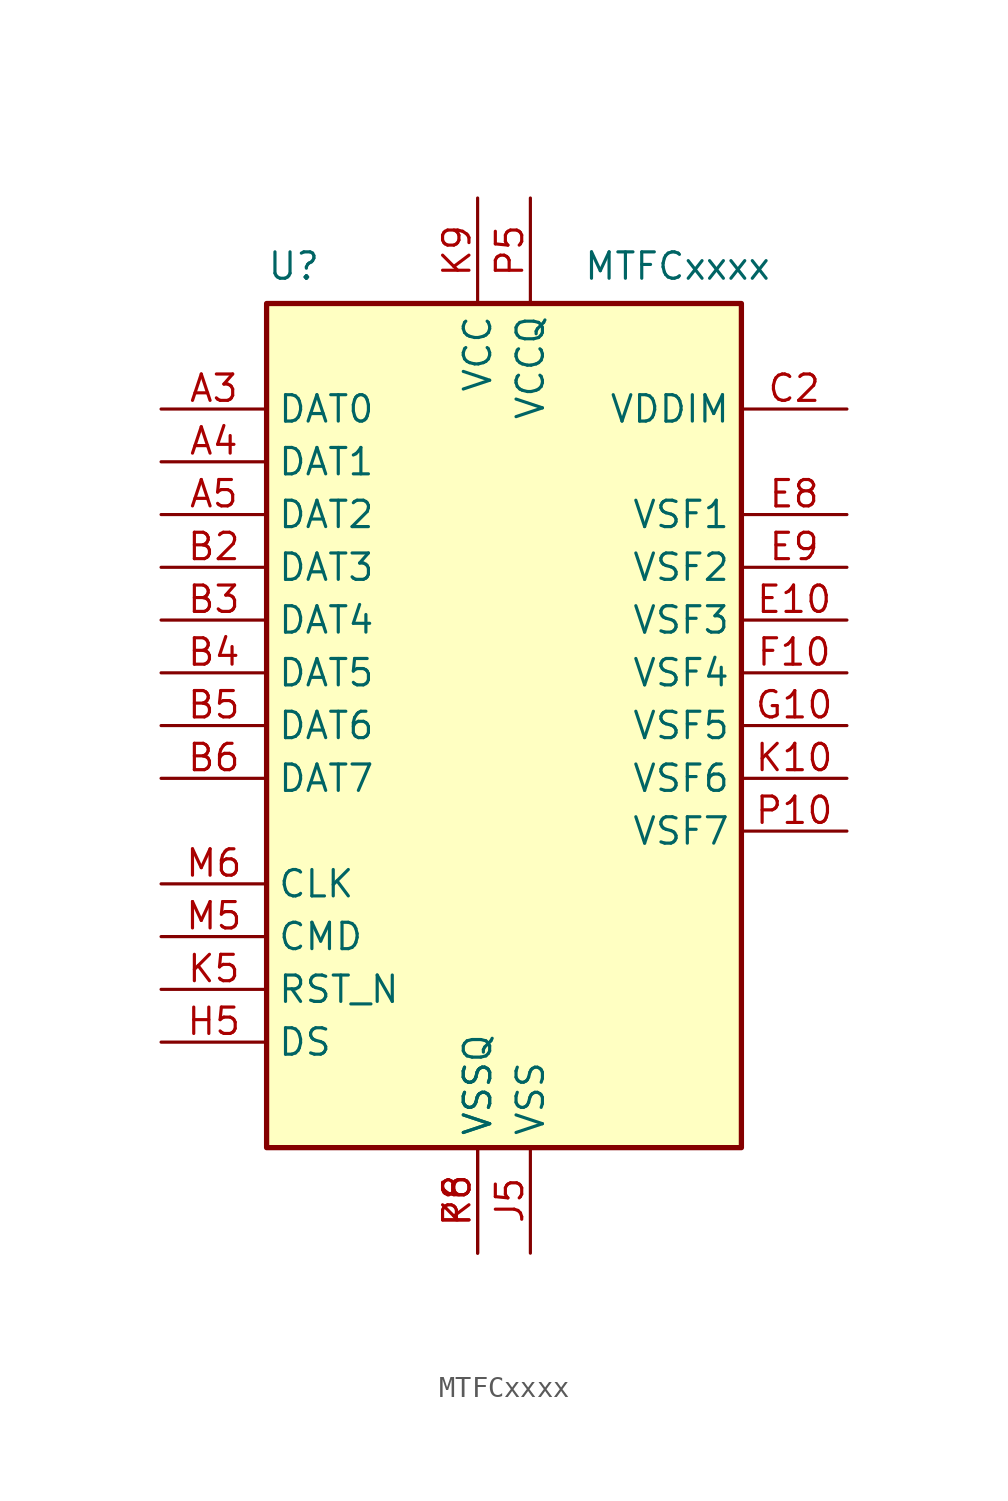
<source format=kicad_sym>
(kicad_symbol_lib
  (version 20220914)
  (generator kicad_symbol_editor)
  (symbol "MTFCxxxx"
    (property "Reference" "U"
      (at -12.7 22.86 0)
      (effects (font (size 1.27 1.27)) (justify left top)))
    (property "Value" "MTFCxxxx"
      (at 2.54 22.86 0)
      (effects (font (size 1.27 1.27)) (justify left top)))
    (symbol "MTFCxxxx_1_1"
      (rectangle (start -12.7 20.32) (end 10.16 -20.32) (stroke (width 0.254) (type default)) (fill (type background)))
      (pin no_connect line (at 15.24 -10.16 180) (length 5.08) hide (name "NC_1" (effects (font (size 1.27 1.27)))) (number "A1" (effects (font (size 1.27 1.27)))))
      (pin no_connect line (at 15.24 -10.16 180) (length 5.08) hide (name "NC_5" (effects (font (size 1.27 1.27)))) (number "A10" (effects (font (size 1.27 1.27)))))
      (pin no_connect line (at 15.24 -10.16 180) (length 5.08) hide (name "NC_6" (effects (font (size 1.27 1.27)))) (number "A11" (effects (font (size 1.27 1.27)))))
      (pin no_connect line (at 15.24 -10.16 180) (length 5.08) hide (name "NC_7" (effects (font (size 1.27 1.27)))) (number "A12" (effects (font (size 1.27 1.27)))))
      (pin no_connect line (at 15.24 -10.16 180) (length 5.08) hide (name "NC_8" (effects (font (size 1.27 1.27)))) (number "A13" (effects (font (size 1.27 1.27)))))
      (pin no_connect line (at 15.24 -10.16 180) (length 5.08) hide (name "NC_9" (effects (font (size 1.27 1.27)))) (number "A14" (effects (font (size 1.27 1.27)))))
      (pin no_connect line (at 15.24 -10.16 180) (length 5.08) hide (name "NC_2" (effects (font (size 1.27 1.27)))) (number "A2" (effects (font (size 1.27 1.27)))))
      (pin bidirectional line (at -17.78 15.24 0) (length 5.08) (name "DAT0" (effects (font (size 1.27 1.27)))) (number "A3" (effects (font (size 1.27 1.27)))))
      (pin bidirectional line (at -17.78 12.7 0) (length 5.08) (name "DAT1" (effects (font (size 1.27 1.27)))) (number "A4" (effects (font (size 1.27 1.27)))))
      (pin bidirectional line (at -17.78 10.16 0) (length 5.08) (name "DAT2" (effects (font (size 1.27 1.27)))) (number "A5" (effects (font (size 1.27 1.27)))))
      (pin power_in line (at 0 -25.4 90) (length 5.08) hide (name "VSS" (effects (font (size 1.27 1.27)))) (number "A6" (effects (font (size 1.27 1.27)))))
      (pin no_connect line (at 15.24 -12.7 180) (length 5.08) hide (name "RFU_1" (effects (font (size 1.27 1.27)))) (number "A7" (effects (font (size 1.27 1.27)))))
      (pin no_connect line (at 15.24 -10.16 180) (length 5.08) hide (name "NC_3" (effects (font (size 1.27 1.27)))) (number "A8" (effects (font (size 1.27 1.27)))))
      (pin no_connect line (at 15.24 -10.16 180) (length 5.08) hide (name "NC_4" (effects (font (size 1.27 1.27)))) (number "A9" (effects (font (size 1.27 1.27)))))
      (pin no_connect line (at 15.24 -10.16 180) (length 5.08) hide (name "NC_10" (effects (font (size 1.27 1.27)))) (number "B1" (effects (font (size 1.27 1.27)))))
      (pin no_connect line (at 15.24 -10.16 180) (length 5.08) hide (name "NC_14" (effects (font (size 1.27 1.27)))) (number "B10" (effects (font (size 1.27 1.27)))))
      (pin no_connect line (at 15.24 -10.16 180) (length 5.08) hide (name "NC_15" (effects (font (size 1.27 1.27)))) (number "B11" (effects (font (size 1.27 1.27)))))
      (pin no_connect line (at 15.24 -10.16 180) (length 5.08) hide (name "NC_16" (effects (font (size 1.27 1.27)))) (number "B12" (effects (font (size 1.27 1.27)))))
      (pin no_connect line (at 15.24 -10.16 180) (length 5.08) hide (name "NC_17" (effects (font (size 1.27 1.27)))) (number "B13" (effects (font (size 1.27 1.27)))))
      (pin no_connect line (at 15.24 -10.16 180) (length 5.08) hide (name "NC_18" (effects (font (size 1.27 1.27)))) (number "B14" (effects (font (size 1.27 1.27)))))
      (pin bidirectional line (at -17.78 7.62 0) (length 5.08) (name "DAT3" (effects (font (size 1.27 1.27)))) (number "B2" (effects (font (size 1.27 1.27)))))
      (pin bidirectional line (at -17.78 5.08 0) (length 5.08) (name "DAT4" (effects (font (size 1.27 1.27)))) (number "B3" (effects (font (size 1.27 1.27)))))
      (pin bidirectional line (at -17.78 2.54 0) (length 5.08) (name "DAT5" (effects (font (size 1.27 1.27)))) (number "B4" (effects (font (size 1.27 1.27)))))
      (pin bidirectional line (at -17.78 0 0) (length 5.08) (name "DAT6" (effects (font (size 1.27 1.27)))) (number "B5" (effects (font (size 1.27 1.27)))))
      (pin bidirectional line (at -17.78 -2.54 0) (length 5.08) (name "DAT7" (effects (font (size 1.27 1.27)))) (number "B6" (effects (font (size 1.27 1.27)))))
      (pin no_connect line (at 15.24 -10.16 180) (length 5.08) hide (name "NC_11" (effects (font (size 1.27 1.27)))) (number "B7" (effects (font (size 1.27 1.27)))))
      (pin no_connect line (at 15.24 -10.16 180) (length 5.08) hide (name "NC_12" (effects (font (size 1.27 1.27)))) (number "B8" (effects (font (size 1.27 1.27)))))
      (pin no_connect line (at 15.24 -10.16 180) (length 5.08) hide (name "NC_13" (effects (font (size 1.27 1.27)))) (number "B9" (effects (font (size 1.27 1.27)))))
      (pin no_connect line (at 15.24 -10.16 180) (length 5.08) hide (name "NC_19" (effects (font (size 1.27 1.27)))) (number "C1" (effects (font (size 1.27 1.27)))))
      (pin no_connect line (at 15.24 -10.16 180) (length 5.08) hide (name "NC_25" (effects (font (size 1.27 1.27)))) (number "C10" (effects (font (size 1.27 1.27)))))
      (pin no_connect line (at 15.24 -10.16 180) (length 5.08) hide (name "NC_26" (effects (font (size 1.27 1.27)))) (number "C11" (effects (font (size 1.27 1.27)))))
      (pin no_connect line (at 15.24 -10.16 180) (length 5.08) hide (name "NC_27" (effects (font (size 1.27 1.27)))) (number "C12" (effects (font (size 1.27 1.27)))))
      (pin no_connect line (at 15.24 -10.16 180) (length 5.08) hide (name "NC_28" (effects (font (size 1.27 1.27)))) (number "C13" (effects (font (size 1.27 1.27)))))
      (pin no_connect line (at 15.24 -10.16 180) (length 5.08) hide (name "NC_29" (effects (font (size 1.27 1.27)))) (number "C14" (effects (font (size 1.27 1.27)))))
      (pin power_in line (at 15.24 15.24 180) (length 5.08) (name "VDDIM" (effects (font (size 1.27 1.27)))) (number "C2" (effects (font (size 1.27 1.27)))))
      (pin no_connect line (at 15.24 -10.16 180) (length 5.08) hide (name "NC_20" (effects (font (size 1.27 1.27)))) (number "C3" (effects (font (size 1.27 1.27)))))
      (pin power_in line (at -2.54 -25.4 90) (length 5.08) hide (name "VSSQ" (effects (font (size 1.27 1.27)))) (number "C4" (effects (font (size 1.27 1.27)))))
      (pin no_connect line (at 15.24 -10.16 180) (length 5.08) hide (name "NC_21" (effects (font (size 1.27 1.27)))) (number "C5" (effects (font (size 1.27 1.27)))))
      (pin power_in line (at 0 25.4 270) (length 5.08) hide (name "VCCQ" (effects (font (size 1.27 1.27)))) (number "C6" (effects (font (size 1.27 1.27)))))
      (pin no_connect line (at 15.24 -10.16 180) (length 5.08) hide (name "NC_22" (effects (font (size 1.27 1.27)))) (number "C7" (effects (font (size 1.27 1.27)))))
      (pin no_connect line (at 15.24 -10.16 180) (length 5.08) hide (name "NC_23" (effects (font (size 1.27 1.27)))) (number "C8" (effects (font (size 1.27 1.27)))))
      (pin no_connect line (at 15.24 -10.16 180) (length 5.08) hide (name "NC_24" (effects (font (size 1.27 1.27)))) (number "C9" (effects (font (size 1.27 1.27)))))
      (pin no_connect line (at 15.24 -10.16 180) (length 5.08) hide (name "NC_30" (effects (font (size 1.27 1.27)))) (number "D1" (effects (font (size 1.27 1.27)))))
      (pin no_connect line (at 15.24 -10.16 180) (length 5.08) hide (name "NC_34" (effects (font (size 1.27 1.27)))) (number "D12" (effects (font (size 1.27 1.27)))))
      (pin no_connect line (at 15.24 -10.16 180) (length 5.08) hide (name "NC_35" (effects (font (size 1.27 1.27)))) (number "D13" (effects (font (size 1.27 1.27)))))
      (pin no_connect line (at 15.24 -10.16 180) (length 5.08) hide (name "NC_36" (effects (font (size 1.27 1.27)))) (number "D14" (effects (font (size 1.27 1.27)))))
      (pin no_connect line (at 15.24 -10.16 180) (length 5.08) hide (name "NC_31" (effects (font (size 1.27 1.27)))) (number "D2" (effects (font (size 1.27 1.27)))))
      (pin no_connect line (at 15.24 -10.16 180) (length 5.08) hide (name "NC_32" (effects (font (size 1.27 1.27)))) (number "D3" (effects (font (size 1.27 1.27)))))
      (pin no_connect line (at 15.24 -10.16 180) (length 5.08) hide (name "NC_33" (effects (font (size 1.27 1.27)))) (number "D4" (effects (font (size 1.27 1.27)))))
      (pin no_connect line (at 15.24 -10.16 180) (length 5.08) hide (name "NC_37" (effects (font (size 1.27 1.27)))) (number "E1" (effects (font (size 1.27 1.27)))))
      (pin bidirectional line (at 15.24 5.08 180) (length 5.08) (name "VSF3" (effects (font (size 1.27 1.27)))) (number "E10" (effects (font (size 1.27 1.27)))))
      (pin no_connect line (at 15.24 -10.16 180) (length 5.08) hide (name "NC_40" (effects (font (size 1.27 1.27)))) (number "E12" (effects (font (size 1.27 1.27)))))
      (pin no_connect line (at 15.24 -10.16 180) (length 5.08) hide (name "NC_41" (effects (font (size 1.27 1.27)))) (number "E13" (effects (font (size 1.27 1.27)))))
      (pin no_connect line (at 15.24 -10.16 180) (length 5.08) hide (name "NC_42" (effects (font (size 1.27 1.27)))) (number "E14" (effects (font (size 1.27 1.27)))))
      (pin no_connect line (at 15.24 -10.16 180) (length 5.08) hide (name "NC_38" (effects (font (size 1.27 1.27)))) (number "E2" (effects (font (size 1.27 1.27)))))
      (pin no_connect line (at 15.24 -10.16 180) (length 5.08) hide (name "NC_39" (effects (font (size 1.27 1.27)))) (number "E3" (effects (font (size 1.27 1.27)))))
      (pin no_connect line (at 15.24 -12.7 180) (length 5.08) hide (name "RFU_2" (effects (font (size 1.27 1.27)))) (number "E5" (effects (font (size 1.27 1.27)))))
      (pin power_in line (at -2.54 25.4 270) (length 5.08) hide (name "VCC" (effects (font (size 1.27 1.27)))) (number "E6" (effects (font (size 1.27 1.27)))))
      (pin power_in line (at 0 -25.4 90) (length 5.08) hide (name "VSS" (effects (font (size 1.27 1.27)))) (number "E7" (effects (font (size 1.27 1.27)))))
      (pin bidirectional line (at 15.24 10.16 180) (length 5.08) (name "VSF1" (effects (font (size 1.27 1.27)))) (number "E8" (effects (font (size 1.27 1.27)))))
      (pin bidirectional line (at 15.24 7.62 180) (length 5.08) (name "VSF2" (effects (font (size 1.27 1.27)))) (number "E9" (effects (font (size 1.27 1.27)))))
      (pin no_connect line (at 15.24 -10.16 180) (length 5.08) hide (name "NC_43" (effects (font (size 1.27 1.27)))) (number "F1" (effects (font (size 1.27 1.27)))))
      (pin bidirectional line (at 15.24 2.54 180) (length 5.08) (name "VSF4" (effects (font (size 1.27 1.27)))) (number "F10" (effects (font (size 1.27 1.27)))))
      (pin no_connect line (at 15.24 -10.16 180) (length 5.08) hide (name "NC_46" (effects (font (size 1.27 1.27)))) (number "F12" (effects (font (size 1.27 1.27)))))
      (pin no_connect line (at 15.24 -10.16 180) (length 5.08) hide (name "NC_47" (effects (font (size 1.27 1.27)))) (number "F13" (effects (font (size 1.27 1.27)))))
      (pin no_connect line (at 15.24 -10.16 180) (length 5.08) hide (name "NC_48" (effects (font (size 1.27 1.27)))) (number "F14" (effects (font (size 1.27 1.27)))))
      (pin no_connect line (at 15.24 -10.16 180) (length 5.08) hide (name "NC_44" (effects (font (size 1.27 1.27)))) (number "F2" (effects (font (size 1.27 1.27)))))
      (pin no_connect line (at 15.24 -10.16 180) (length 5.08) hide (name "NC_45" (effects (font (size 1.27 1.27)))) (number "F3" (effects (font (size 1.27 1.27)))))
      (pin power_in line (at -2.54 25.4 270) (length 5.08) hide (name "VCC" (effects (font (size 1.27 1.27)))) (number "F5" (effects (font (size 1.27 1.27)))))
      (pin no_connect line (at 15.24 -10.16 180) (length 5.08) hide (name "NC_49" (effects (font (size 1.27 1.27)))) (number "G1" (effects (font (size 1.27 1.27)))))
      (pin bidirectional line (at 15.24 0 180) (length 5.08) (name "VSF5" (effects (font (size 1.27 1.27)))) (number "G10" (effects (font (size 1.27 1.27)))))
      (pin no_connect line (at 15.24 -10.16 180) (length 5.08) hide (name "NC_52" (effects (font (size 1.27 1.27)))) (number "G12" (effects (font (size 1.27 1.27)))))
      (pin no_connect line (at 15.24 -10.16 180) (length 5.08) hide (name "NC_53" (effects (font (size 1.27 1.27)))) (number "G13" (effects (font (size 1.27 1.27)))))
      (pin no_connect line (at 15.24 -10.16 180) (length 5.08) hide (name "NC_54" (effects (font (size 1.27 1.27)))) (number "G14" (effects (font (size 1.27 1.27)))))
      (pin no_connect line (at 15.24 -10.16 180) (length 5.08) hide (name "NC_50" (effects (font (size 1.27 1.27)))) (number "G2" (effects (font (size 1.27 1.27)))))
      (pin no_connect line (at 15.24 -10.16 180) (length 5.08) hide (name "NC_51" (effects (font (size 1.27 1.27)))) (number "G3" (effects (font (size 1.27 1.27)))))
      (pin power_in line (at 0 -25.4 90) (length 5.08) hide (name "VSS" (effects (font (size 1.27 1.27)))) (number "G5" (effects (font (size 1.27 1.27)))))
      (pin no_connect line (at 15.24 -10.16 180) (length 5.08) hide (name "NC_55" (effects (font (size 1.27 1.27)))) (number "H1" (effects (font (size 1.27 1.27)))))
      (pin power_in line (at 0 -25.4 90) (length 5.08) hide (name "VSS" (effects (font (size 1.27 1.27)))) (number "H10" (effects (font (size 1.27 1.27)))))
      (pin no_connect line (at 15.24 -10.16 180) (length 5.08) hide (name "NC_58" (effects (font (size 1.27 1.27)))) (number "H12" (effects (font (size 1.27 1.27)))))
      (pin no_connect line (at 15.24 -10.16 180) (length 5.08) hide (name "NC_59" (effects (font (size 1.27 1.27)))) (number "H13" (effects (font (size 1.27 1.27)))))
      (pin no_connect line (at 15.24 -10.16 180) (length 5.08) hide (name "NC_60" (effects (font (size 1.27 1.27)))) (number "H14" (effects (font (size 1.27 1.27)))))
      (pin no_connect line (at 15.24 -10.16 180) (length 5.08) hide (name "NC_56" (effects (font (size 1.27 1.27)))) (number "H2" (effects (font (size 1.27 1.27)))))
      (pin no_connect line (at 15.24 -10.16 180) (length 5.08) hide (name "NC_57" (effects (font (size 1.27 1.27)))) (number "H3" (effects (font (size 1.27 1.27)))))
      (pin output line (at -17.78 -15.24 0) (length 5.08) (name "DS" (effects (font (size 1.27 1.27)))) (number "H5" (effects (font (size 1.27 1.27)))))
      (pin no_connect line (at 15.24 -10.16 180) (length 5.08) hide (name "NC_61" (effects (font (size 1.27 1.27)))) (number "J1" (effects (font (size 1.27 1.27)))))
      (pin power_in line (at -2.54 25.4 270) (length 5.08) hide (name "VCC" (effects (font (size 1.27 1.27)))) (number "J10" (effects (font (size 1.27 1.27)))))
      (pin no_connect line (at 15.24 -10.16 180) (length 5.08) hide (name "NC_64" (effects (font (size 1.27 1.27)))) (number "J12" (effects (font (size 1.27 1.27)))))
      (pin no_connect line (at 15.24 -10.16 180) (length 5.08) hide (name "NC_65" (effects (font (size 1.27 1.27)))) (number "J13" (effects (font (size 1.27 1.27)))))
      (pin no_connect line (at 15.24 -10.16 180) (length 5.08) hide (name "NC_66" (effects (font (size 1.27 1.27)))) (number "J14" (effects (font (size 1.27 1.27)))))
      (pin no_connect line (at 15.24 -10.16 180) (length 5.08) hide (name "NC_62" (effects (font (size 1.27 1.27)))) (number "J2" (effects (font (size 1.27 1.27)))))
      (pin no_connect line (at 15.24 -10.16 180) (length 5.08) hide (name "NC_63" (effects (font (size 1.27 1.27)))) (number "J3" (effects (font (size 1.27 1.27)))))
      (pin power_in line (at 0 -25.4 90) (length 5.08) (name "VSS" (effects (font (size 1.27 1.27)))) (number "J5" (effects (font (size 1.27 1.27)))))
      (pin no_connect line (at 15.24 -10.16 180) (length 5.08) hide (name "NC_67" (effects (font (size 1.27 1.27)))) (number "K1" (effects (font (size 1.27 1.27)))))
      (pin bidirectional line (at 15.24 -2.54 180) (length 5.08) (name "VSF6" (effects (font (size 1.27 1.27)))) (number "K10" (effects (font (size 1.27 1.27)))))
      (pin no_connect line (at 15.24 -10.16 180) (length 5.08) hide (name "NC_70" (effects (font (size 1.27 1.27)))) (number "K12" (effects (font (size 1.27 1.27)))))
      (pin no_connect line (at 15.24 -10.16 180) (length 5.08) hide (name "NC_71" (effects (font (size 1.27 1.27)))) (number "K13" (effects (font (size 1.27 1.27)))))
      (pin no_connect line (at 15.24 -10.16 180) (length 5.08) hide (name "NC_72" (effects (font (size 1.27 1.27)))) (number "K14" (effects (font (size 1.27 1.27)))))
      (pin no_connect line (at 15.24 -10.16 180) (length 5.08) hide (name "NC_68" (effects (font (size 1.27 1.27)))) (number "K2" (effects (font (size 1.27 1.27)))))
      (pin no_connect line (at 15.24 -10.16 180) (length 5.08) hide (name "NC_69" (effects (font (size 1.27 1.27)))) (number "K3" (effects (font (size 1.27 1.27)))))
      (pin input line (at -17.78 -12.7 0) (length 5.08) (name "RST_N" (effects (font (size 1.27 1.27)))) (number "K5" (effects (font (size 1.27 1.27)))))
      (pin no_connect line (at 15.24 -12.7 180) (length 5.08) hide (name "RFU_3" (effects (font (size 1.27 1.27)))) (number "K6" (effects (font (size 1.27 1.27)))))
      (pin no_connect line (at 15.24 -12.7 180) (length 5.08) hide (name "RFU_4" (effects (font (size 1.27 1.27)))) (number "K7" (effects (font (size 1.27 1.27)))))
      (pin power_in line (at -2.54 -25.4 90) (length 5.08) (name "VSS" (effects (font (size 1.27 1.27)))) (number "K8" (effects (font (size 1.27 1.27)))))
      (pin power_in line (at -2.54 25.4 270) (length 5.08) (name "VCC" (effects (font (size 1.27 1.27)))) (number "K9" (effects (font (size 1.27 1.27)))))
      (pin no_connect line (at 15.24 -10.16 180) (length 5.08) hide (name "NC_73" (effects (font (size 1.27 1.27)))) (number "L1" (effects (font (size 1.27 1.27)))))
      (pin no_connect line (at 15.24 -10.16 180) (length 5.08) hide (name "NC_76" (effects (font (size 1.27 1.27)))) (number "L12" (effects (font (size 1.27 1.27)))))
      (pin no_connect line (at 15.24 -10.16 180) (length 5.08) hide (name "NC_77" (effects (font (size 1.27 1.27)))) (number "L13" (effects (font (size 1.27 1.27)))))
      (pin no_connect line (at 15.24 -10.16 180) (length 5.08) hide (name "NC_78" (effects (font (size 1.27 1.27)))) (number "L14" (effects (font (size 1.27 1.27)))))
      (pin no_connect line (at 15.24 -10.16 180) (length 5.08) hide (name "NC_74" (effects (font (size 1.27 1.27)))) (number "L2" (effects (font (size 1.27 1.27)))))
      (pin no_connect line (at 15.24 -10.16 180) (length 5.08) hide (name "NC_75" (effects (font (size 1.27 1.27)))) (number "L3" (effects (font (size 1.27 1.27)))))
      (pin no_connect line (at 15.24 -10.16 180) (length 5.08) hide (name "NC_79" (effects (font (size 1.27 1.27)))) (number "M1" (effects (font (size 1.27 1.27)))))
      (pin no_connect line (at 15.24 -10.16 180) (length 5.08) hide (name "NC_85" (effects (font (size 1.27 1.27)))) (number "M10" (effects (font (size 1.27 1.27)))))
      (pin no_connect line (at 15.24 -10.16 180) (length 5.08) hide (name "NC_86" (effects (font (size 1.27 1.27)))) (number "M11" (effects (font (size 1.27 1.27)))))
      (pin no_connect line (at 15.24 -10.16 180) (length 5.08) hide (name "NC_87" (effects (font (size 1.27 1.27)))) (number "M12" (effects (font (size 1.27 1.27)))))
      (pin no_connect line (at 15.24 -10.16 180) (length 5.08) hide (name "NC_88" (effects (font (size 1.27 1.27)))) (number "M13" (effects (font (size 1.27 1.27)))))
      (pin no_connect line (at 15.24 -10.16 180) (length 5.08) hide (name "NC_89" (effects (font (size 1.27 1.27)))) (number "M14" (effects (font (size 1.27 1.27)))))
      (pin no_connect line (at 15.24 -10.16 180) (length 5.08) hide (name "NC_80" (effects (font (size 1.27 1.27)))) (number "M2" (effects (font (size 1.27 1.27)))))
      (pin no_connect line (at 15.24 -10.16 180) (length 5.08) hide (name "NC_81" (effects (font (size 1.27 1.27)))) (number "M3" (effects (font (size 1.27 1.27)))))
      (pin power_in line (at 0 25.4 270) (length 5.08) hide (name "VCCQ" (effects (font (size 1.27 1.27)))) (number "M4" (effects (font (size 1.27 1.27)))))
      (pin bidirectional line (at -17.78 -10.16 0) (length 5.08) (name "CMD" (effects (font (size 1.27 1.27)))) (number "M5" (effects (font (size 1.27 1.27)))))
      (pin input line (at -17.78 -7.62 0) (length 5.08) (name "CLK" (effects (font (size 1.27 1.27)))) (number "M6" (effects (font (size 1.27 1.27)))))
      (pin no_connect line (at 15.24 -10.16 180) (length 5.08) hide (name "NC_82" (effects (font (size 1.27 1.27)))) (number "M7" (effects (font (size 1.27 1.27)))))
      (pin no_connect line (at 15.24 -10.16 180) (length 5.08) hide (name "NC_83" (effects (font (size 1.27 1.27)))) (number "M8" (effects (font (size 1.27 1.27)))))
      (pin no_connect line (at 15.24 -10.16 180) (length 5.08) hide (name "NC_84" (effects (font (size 1.27 1.27)))) (number "M9" (effects (font (size 1.27 1.27)))))
      (pin no_connect line (at 15.24 -10.16 180) (length 5.08) hide (name "NC_90" (effects (font (size 1.27 1.27)))) (number "N1" (effects (font (size 1.27 1.27)))))
      (pin no_connect line (at 15.24 -10.16 180) (length 5.08) hide (name "NC_96" (effects (font (size 1.27 1.27)))) (number "N10" (effects (font (size 1.27 1.27)))))
      (pin no_connect line (at 15.24 -10.16 180) (length 5.08) hide (name "NC_97" (effects (font (size 1.27 1.27)))) (number "N11" (effects (font (size 1.27 1.27)))))
      (pin no_connect line (at 15.24 -10.16 180) (length 5.08) hide (name "NC_98" (effects (font (size 1.27 1.27)))) (number "N12" (effects (font (size 1.27 1.27)))))
      (pin no_connect line (at 15.24 -10.16 180) (length 5.08) hide (name "NC_99" (effects (font (size 1.27 1.27)))) (number "N13" (effects (font (size 1.27 1.27)))))
      (pin no_connect line (at 15.24 -10.16 180) (length 5.08) hide (name "NC_100" (effects (font (size 1.27 1.27)))) (number "N14" (effects (font (size 1.27 1.27)))))
      (pin power_in line (at -2.54 -25.4 90) (length 5.08) hide (name "VSSQ" (effects (font (size 1.27 1.27)))) (number "N2" (effects (font (size 1.27 1.27)))))
      (pin no_connect line (at 15.24 -10.16 180) (length 5.08) hide (name "NC_91" (effects (font (size 1.27 1.27)))) (number "N3" (effects (font (size 1.27 1.27)))))
      (pin power_in line (at 0 25.4 270) (length 5.08) hide (name "VCCQ" (effects (font (size 1.27 1.27)))) (number "N4" (effects (font (size 1.27 1.27)))))
      (pin power_in line (at -2.54 -25.4 90) (length 5.08) hide (name "VSSQ" (effects (font (size 1.27 1.27)))) (number "N5" (effects (font (size 1.27 1.27)))))
      (pin no_connect line (at 15.24 -10.16 180) (length 5.08) hide (name "NC_92" (effects (font (size 1.27 1.27)))) (number "N6" (effects (font (size 1.27 1.27)))))
      (pin no_connect line (at 15.24 -10.16 180) (length 5.08) hide (name "NC_93" (effects (font (size 1.27 1.27)))) (number "N7" (effects (font (size 1.27 1.27)))))
      (pin no_connect line (at 15.24 -10.16 180) (length 5.08) hide (name "NC_94" (effects (font (size 1.27 1.27)))) (number "N8" (effects (font (size 1.27 1.27)))))
      (pin no_connect line (at 15.24 -10.16 180) (length 5.08) hide (name "NC_95" (effects (font (size 1.27 1.27)))) (number "N9" (effects (font (size 1.27 1.27)))))
      (pin no_connect line (at 15.24 -10.16 180) (length 5.08) hide (name "NC_101" (effects (font (size 1.27 1.27)))) (number "P1" (effects (font (size 1.27 1.27)))))
      (pin bidirectional line (at 15.24 -5.08 180) (length 5.08) (name "VSF7" (effects (font (size 1.27 1.27)))) (number "P10" (effects (font (size 1.27 1.27)))))
      (pin no_connect line (at 15.24 -10.16 180) (length 5.08) hide (name "NC_106" (effects (font (size 1.27 1.27)))) (number "P11" (effects (font (size 1.27 1.27)))))
      (pin no_connect line (at 15.24 -10.16 180) (length 5.08) hide (name "NC_107" (effects (font (size 1.27 1.27)))) (number "P12" (effects (font (size 1.27 1.27)))))
      (pin no_connect line (at 15.24 -10.16 180) (length 5.08) hide (name "NC_108" (effects (font (size 1.27 1.27)))) (number "P13" (effects (font (size 1.27 1.27)))))
      (pin no_connect line (at 15.24 -10.16 180) (length 5.08) hide (name "NC_109" (effects (font (size 1.27 1.27)))) (number "P14" (effects (font (size 1.27 1.27)))))
      (pin no_connect line (at 15.24 -10.16 180) (length 5.08) hide (name "NC_102" (effects (font (size 1.27 1.27)))) (number "P2" (effects (font (size 1.27 1.27)))))
      (pin power_in line (at 0 25.4 270) (length 5.08) hide (name "VCCQ" (effects (font (size 1.27 1.27)))) (number "P3" (effects (font (size 1.27 1.27)))))
      (pin power_in line (at -2.54 -25.4 90) (length 5.08) hide (name "VSSQ" (effects (font (size 1.27 1.27)))) (number "P4" (effects (font (size 1.27 1.27)))))
      (pin power_in line (at 0 25.4 270) (length 5.08) (name "VCCQ" (effects (font (size 1.27 1.27)))) (number "P5" (effects (font (size 1.27 1.27)))))
      (pin power_in line (at -2.54 -25.4 90) (length 5.08) (name "VSSQ" (effects (font (size 1.27 1.27)))) (number "P6" (effects (font (size 1.27 1.27)))))
      (pin no_connect line (at 15.24 -10.16 180) (length 5.08) hide (name "NC_103" (effects (font (size 1.27 1.27)))) (number "P7" (effects (font (size 1.27 1.27)))))
      (pin no_connect line (at 15.24 -10.16 180) (length 5.08) hide (name "NC_104" (effects (font (size 1.27 1.27)))) (number "P8" (effects (font (size 1.27 1.27)))))
      (pin no_connect line (at 15.24 -10.16 180) (length 5.08) hide (name "NC_105" (effects (font (size 1.27 1.27)))) (number "P9" (effects (font (size 1.27 1.27))))))))
</source>
